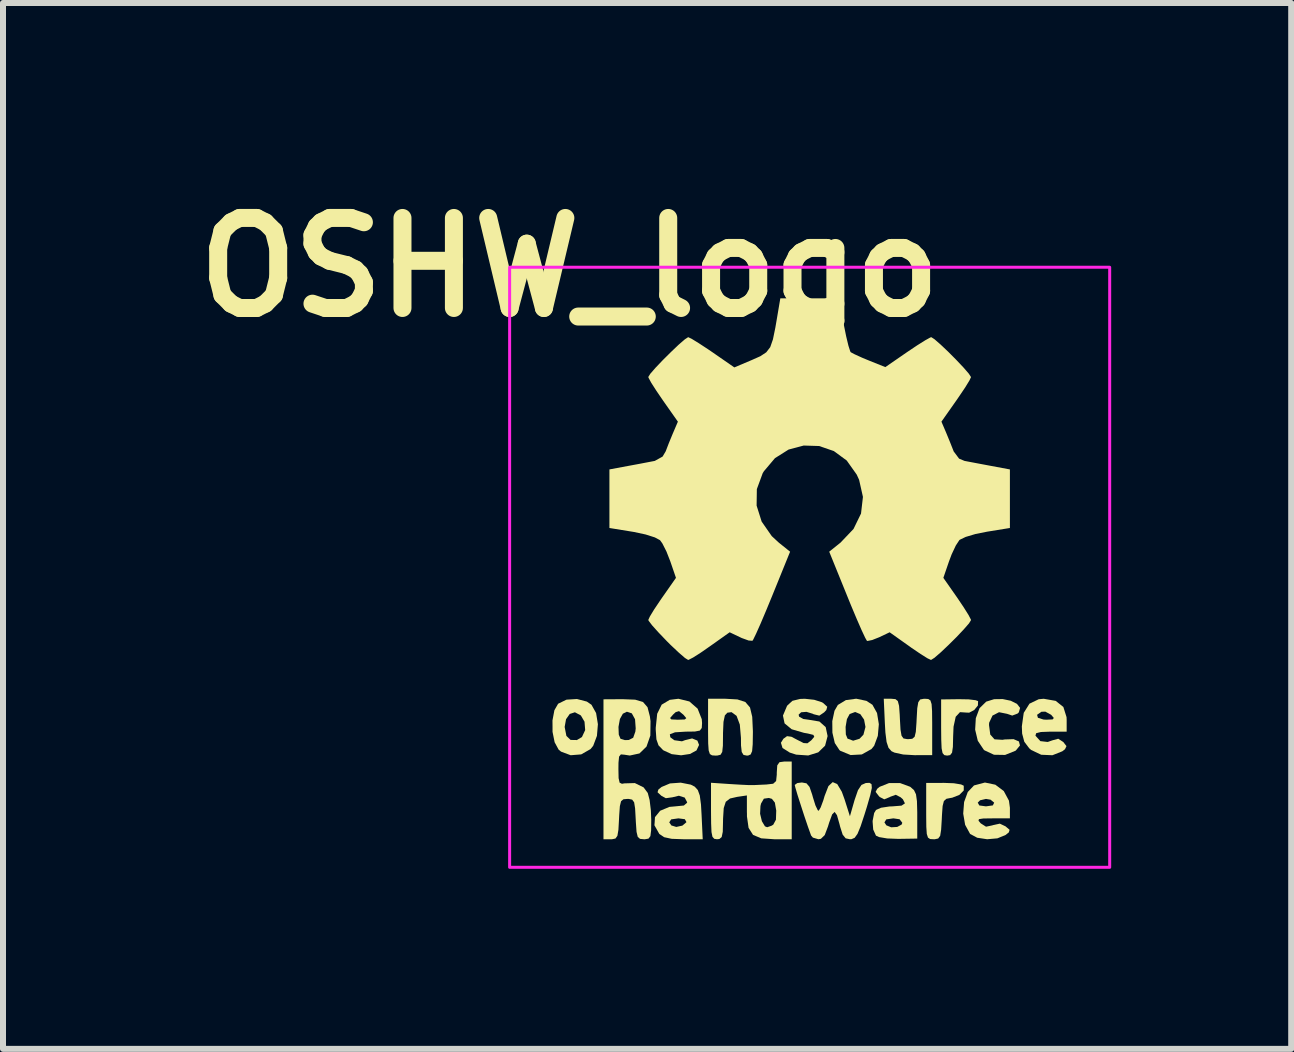
<source format=kicad_pcb>
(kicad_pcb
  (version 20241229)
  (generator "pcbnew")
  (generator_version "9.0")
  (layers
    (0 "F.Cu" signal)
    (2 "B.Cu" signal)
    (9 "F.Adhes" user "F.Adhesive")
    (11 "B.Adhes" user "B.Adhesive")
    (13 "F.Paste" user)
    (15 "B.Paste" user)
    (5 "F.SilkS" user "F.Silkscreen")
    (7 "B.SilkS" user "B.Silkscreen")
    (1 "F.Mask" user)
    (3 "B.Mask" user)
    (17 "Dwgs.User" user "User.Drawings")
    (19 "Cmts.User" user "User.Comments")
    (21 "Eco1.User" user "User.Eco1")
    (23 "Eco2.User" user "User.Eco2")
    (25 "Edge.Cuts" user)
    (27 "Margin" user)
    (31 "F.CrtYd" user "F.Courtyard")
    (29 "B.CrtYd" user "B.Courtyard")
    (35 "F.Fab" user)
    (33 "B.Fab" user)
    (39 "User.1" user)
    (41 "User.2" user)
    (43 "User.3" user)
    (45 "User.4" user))
  (footprint "OSHW_logo"
    (layer "F.Cu")
    (at 10.443 6.404)
    (property "Reference" "OSHW_logo" (at -4 -5 0) (layer "F.SilkS") (effects (font (size 1.5 1.5) (thickness 0.3))))
    (attr board_only exclude_from_pos_files exclude_from_bom)
    (fp_poly (pts (xy 2.65 2.201) (xy 2.766 2.215) (xy 2.807 2.23) (xy 2.804 2.303) (xy 2.742 2.379) (xy 2.658 2.423) (xy 2.611 2.421) (xy 2.505 2.414) (xy 2.434 2.491) (xy 2.398 2.656) (xy 2.391 2.82) (xy 2.387 2.993) (xy 2.373 3.089) (xy 2.341 3.13) (xy 2.291 3.138) (xy 2.244 3.13) (xy 2.215 3.096) (xy 2.199 3.017) (xy 2.193 2.874) (xy 2.191 2.67) (xy 2.191 2.202) (xy 2.488 2.198)) (stroke (width 0) (type solid)) (fill yes) (layer "F.SilkS"))
    (fp_poly (pts (xy 2.403 3.599) (xy 2.524 3.619) (xy 2.568 3.64) (xy 2.568 3.719) (xy 2.495 3.793) (xy 2.375 3.84) (xy 2.35 3.844) (xy 2.279 3.858) (xy 2.237 3.895) (xy 2.216 3.978) (xy 2.205 4.129) (xy 2.202 4.196) (xy 2.191 4.374) (xy 2.175 4.475) (xy 2.142 4.52) (xy 2.086 4.532) (xy 2.065 4.532) (xy 2.008 4.529) (xy 1.972 4.505) (xy 1.952 4.444) (xy 1.944 4.325) (xy 1.942 4.13) (xy 1.942 4.063) (xy 1.942 3.594) (xy 2.24 3.593)) (stroke (width 0) (type solid)) (fill yes) (layer "F.SilkS"))
    (fp_poly (pts (xy 3.351 2.224) (xy 3.455 2.276) (xy 3.507 2.343) (xy 3.486 2.417) (xy 3.466 2.437) (xy 3.376 2.471) (xy 3.29 2.442) (xy 3.156 2.415) (xy 3.047 2.471) (xy 2.991 2.591) (xy 2.989 2.629) (xy 3.01 2.788) (xy 3.081 2.867) (xy 3.213 2.875) (xy 3.25 2.869) (xy 3.398 2.864) (xy 3.487 2.902) (xy 3.505 2.969) (xy 3.437 3.052) (xy 3.428 3.058) (xy 3.257 3.127) (xy 3.072 3.124) (xy 2.913 3.05) (xy 2.9 3.038) (xy 2.802 2.891) (xy 2.758 2.706) (xy 2.769 2.515) (xy 2.831 2.348) (xy 2.942 2.239) (xy 3.074 2.198) (xy 3.217 2.196)) (stroke (width 0) (type solid)) (fill yes) (layer "F.SilkS"))
    (fp_poly (pts (xy -3.713 2.238) (xy -3.636 2.291) (xy -3.559 2.429) (xy -3.529 2.615) (xy -3.545 2.809) (xy -3.607 2.974) (xy -3.651 3.029) (xy -3.807 3.118) (xy -3.983 3.132) (xy -4.143 3.072) (xy -4.184 3.038) (xy -4.25 2.916) (xy -4.285 2.742) (xy -4.285 2.661) (xy -4.083 2.661) (xy -4.054 2.81) (xy -3.984 2.877) (xy -3.879 2.879) (xy -3.795 2.829) (xy -3.741 2.713) (xy -3.752 2.573) (xy -3.813 2.469) (xy -3.912 2.416) (xy -3.998 2.444) (xy -4.06 2.532) (xy -4.083 2.661) (xy -4.285 2.661) (xy -4.286 2.552) (xy -4.254 2.382) (xy -4.192 2.274) (xy -4.053 2.206) (xy -3.878 2.195)) (stroke (width 0) (type solid)) (fill yes) (layer "F.SilkS"))
    (fp_poly (pts (xy 0.946 2.226) (xy 1.046 2.291) (xy 1.123 2.429) (xy 1.153 2.615) (xy 1.136 2.809) (xy 1.075 2.974) (xy 1.03 3.029) (xy 0.869 3.119) (xy 0.683 3.129) (xy 0.511 3.058) (xy 0.497 3.047) (xy 0.419 2.929) (xy 0.379 2.756) (xy 0.378 2.66) (xy 0.599 2.66) (xy 0.603 2.786) (xy 0.631 2.855) (xy 0.725 2.89) (xy 0.832 2.857) (xy 0.896 2.79) (xy 0.93 2.661) (xy 0.907 2.539) (xy 0.844 2.447) (xy 0.757 2.411) (xy 0.666 2.446) (xy 0.621 2.53) (xy 0.599 2.66) (xy 0.378 2.66) (xy 0.377 2.564) (xy 0.414 2.391) (xy 0.47 2.294) (xy 0.604 2.213) (xy 0.776 2.19)) (stroke (width 0) (type solid)) (fill yes) (layer "F.SilkS"))
    (fp_poly (pts (xy -1.204 2.202) (xy -1.072 2.245) (xy -0.994 2.336) (xy -0.957 2.492) (xy -0.946 2.729) (xy -0.946 2.756) (xy -0.949 2.949) (xy -0.959 3.064) (xy -0.983 3.119) (xy -1.025 3.137) (xy -1.046 3.138) (xy -1.102 3.127) (xy -1.132 3.078) (xy -1.144 2.97) (xy -1.145 2.842) (xy -1.164 2.621) (xy -1.218 2.476) (xy -1.302 2.414) (xy -1.371 2.423) (xy -1.413 2.468) (xy -1.436 2.576) (xy -1.444 2.762) (xy -1.444 2.794) (xy -1.446 2.975) (xy -1.457 3.077) (xy -1.485 3.124) (xy -1.538 3.137) (xy -1.569 3.138) (xy -1.627 3.134) (xy -1.663 3.112) (xy -1.683 3.052) (xy -1.691 2.936) (xy -1.693 2.745) (xy -1.693 2.665) (xy -1.693 2.191) (xy -1.402 2.191)) (stroke (width 0) (type solid)) (fill yes) (layer "F.SilkS"))
    (fp_poly (pts (xy 1.43 2.197) (xy 1.469 2.229) (xy 1.49 2.309) (xy 1.501 2.459) (xy 1.504 2.528) (xy 1.514 2.706) (xy 1.531 2.806) (xy 1.563 2.852) (xy 1.62 2.863) (xy 1.644 2.864) (xy 1.71 2.858) (xy 1.749 2.825) (xy 1.769 2.743) (xy 1.78 2.59) (xy 1.783 2.528) (xy 1.793 2.349) (xy 1.81 2.249) (xy 1.842 2.203) (xy 1.899 2.192) (xy 1.92 2.191) (xy 1.977 2.195) (xy 2.012 2.218) (xy 2.032 2.28) (xy 2.04 2.399) (xy 2.042 2.593) (xy 2.042 2.66) (xy 2.042 3.13) (xy 1.749 3.131) (xy 1.559 3.12) (xy 1.413 3.088) (xy 1.364 3.065) (xy 1.314 3.008) (xy 1.282 2.911) (xy 1.262 2.752) (xy 1.253 2.594) (xy 1.235 2.191) (xy 1.362 2.191)) (stroke (width 0) (type solid)) (fill yes) (layer "F.SilkS"))
    (fp_poly (pts (xy 3.094 3.623) (xy 3.235 3.729) (xy 3.321 3.889) (xy 3.337 4.007) (xy 3.337 4.184) (xy 3.052 4.184) (xy 2.895 4.186) (xy 2.821 4.197) (xy 2.814 4.224) (xy 2.851 4.267) (xy 2.939 4.323) (xy 3.044 4.301) (xy 3.051 4.298) (xy 3.169 4.272) (xy 3.264 4.317) (xy 3.332 4.375) (xy 3.319 4.418) (xy 3.265 4.461) (xy 3.129 4.517) (xy 2.958 4.532) (xy 2.792 4.507) (xy 2.676 4.445) (xy 2.673 4.442) (xy 2.591 4.292) (xy 2.559 4.105) (xy 2.573 3.922) (xy 2.801 3.922) (xy 2.827 3.969) (xy 2.938 3.984) (xy 3.053 3.968) (xy 3.075 3.922) (xy 3.015 3.873) (xy 2.938 3.86) (xy 2.84 3.883) (xy 2.801 3.922) (xy 2.573 3.922) (xy 2.574 3.912) (xy 2.635 3.745) (xy 2.737 3.637) (xy 2.74 3.635) (xy 2.921 3.587)) (stroke (width 0) (type solid)) (fill yes) (layer "F.SilkS"))
    (fp_poly (pts (xy 4.1 2.226) (xy 4.228 2.328) (xy 4.281 2.497) (xy 4.283 2.543) (xy 4.283 2.739) (xy 4.011 2.739) (xy 3.852 2.745) (xy 3.776 2.764) (xy 3.763 2.803) (xy 3.766 2.81) (xy 3.845 2.897) (xy 3.967 2.911) (xy 4.044 2.884) (xy 4.143 2.857) (xy 4.227 2.912) (xy 4.28 2.98) (xy 4.255 3.032) (xy 4.211 3.066) (xy 4.046 3.132) (xy 3.859 3.124) (xy 3.691 3.044) (xy 3.658 3.015) (xy 3.577 2.907) (xy 3.541 2.772) (xy 3.536 2.651) (xy 3.563 2.458) (xy 3.79 2.458) (xy 3.804 2.508) (xy 3.896 2.537) (xy 3.945 2.54) (xy 4.05 2.535) (xy 4.069 2.511) (xy 4.024 2.458) (xy 3.929 2.406) (xy 3.864 2.407) (xy 3.79 2.458) (xy 3.563 2.458) (xy 3.568 2.425) (xy 3.663 2.273) (xy 3.817 2.199) (xy 3.9 2.191)) (stroke (width 0) (type solid)) (fill yes) (layer "F.SilkS"))
    (fp_poly (pts (xy -1.981 3.622) (xy -1.915 3.656) (xy -1.864 3.712) (xy -1.831 3.803) (xy -1.811 3.954) (xy -1.801 4.129) (xy -1.782 4.532) (xy -2.104 4.532) (xy -2.3 4.525) (xy -2.425 4.498) (xy -2.502 4.446) (xy -2.507 4.441) (xy -2.587 4.299) (xy -2.583 4.25) (xy -2.34 4.25) (xy -2.305 4.302) (xy -2.223 4.327) (xy -2.121 4.305) (xy -2.055 4.249) (xy -2.054 4.246) (xy -2.08 4.198) (xy -2.187 4.184) (xy -2.308 4.201) (xy -2.34 4.25) (xy -2.583 4.25) (xy -2.578 4.164) (xy -2.491 4.057) (xy -2.338 3.993) (xy -2.238 3.984) (xy -2.096 3.97) (xy -2.043 3.924) (xy -2.042 3.915) (xy -2.082 3.838) (xy -2.179 3.807) (xy -2.288 3.833) (xy -2.397 3.848) (xy -2.471 3.808) (xy -2.535 3.749) (xy -2.521 3.704) (xy -2.468 3.661) (xy -2.328 3.602) (xy -2.149 3.589)) (stroke (width 0) (type solid)) (fill yes) (layer "F.SilkS"))
    (fp_poly (pts (xy -2.004 2.236) (xy -1.867 2.356) (xy -1.798 2.531) (xy -1.793 2.597) (xy -1.798 2.678) (xy -1.83 2.721) (xy -1.913 2.737) (xy -2.067 2.739) (xy -2.244 2.75) (xy -2.33 2.783) (xy -2.322 2.833) (xy -2.255 2.882) (xy -2.128 2.9) (xy -2.077 2.881) (xy -1.959 2.852) (xy -1.871 2.888) (xy -1.843 2.96) (xy -1.886 3.052) (xy -1.995 3.111) (xy -2.142 3.133) (xy -2.299 3.114) (xy -2.436 3.051) (xy -2.447 3.042) (xy -2.519 2.967) (xy -2.554 2.867) (xy -2.565 2.707) (xy -2.565 2.674) (xy -2.548 2.512) (xy -2.326 2.512) (xy -2.306 2.535) (xy -2.202 2.54) (xy -2.191 2.54) (xy -2.081 2.536) (xy -2.056 2.514) (xy -2.101 2.46) (xy -2.106 2.455) (xy -2.177 2.397) (xy -2.233 2.414) (xy -2.277 2.455) (xy -2.326 2.512) (xy -2.548 2.512) (xy -2.541 2.441) (xy -2.466 2.289) (xy -2.332 2.209) (xy -2.187 2.191)) (stroke (width 0) (type solid)) (fill yes) (layer "F.SilkS"))
    (fp_poly (pts (xy 0.076 2.208) (xy 0.204 2.249) (xy 0.227 2.263) (xy 0.293 2.324) (xy 0.278 2.378) (xy 0.242 2.417) (xy 0.161 2.472) (xy 0.067 2.449) (xy 0.052 2.441) (xy -0.053 2.409) (xy -0.142 2.416) (xy -0.184 2.456) (xy -0.175 2.49) (xy -0.106 2.528) (xy -0.019 2.54) (xy 0.162 2.57) (xy 0.267 2.663) (xy 0.299 2.813) (xy 0.257 2.973) (xy 0.143 3.084) (xy -0.024 3.136) (xy -0.225 3.122) (xy -0.331 3.088) (xy -0.452 3.012) (xy -0.479 2.924) (xy -0.437 2.857) (xy -0.377 2.814) (xy -0.304 2.824) (xy -0.209 2.874) (xy -0.101 2.929) (xy -0.037 2.933) (xy 0.026 2.884) (xy 0.032 2.878) (xy 0.077 2.824) (xy 0.062 2.793) (xy -0.03 2.77) (xy -0.094 2.759) (xy -0.3 2.699) (xy -0.418 2.601) (xy -0.445 2.471) (xy -0.378 2.312) (xy -0.371 2.302) (xy -0.287 2.225) (xy -0.16 2.194) (xy -0.081 2.191)) (stroke (width 0) (type solid)) (fill yes) (layer "F.SilkS"))
    (fp_poly (pts (xy 1.507 3.596) (xy 1.673 3.657) (xy 1.682 3.663) (xy 1.739 3.714) (xy 1.772 3.783) (xy 1.788 3.897) (xy 1.793 4.08) (xy 1.793 4.131) (xy 1.793 4.521) (xy 1.478 4.526) (xy 1.293 4.519) (xy 1.157 4.496) (xy 1.105 4.472) (xy 1.059 4.37) (xy 1.05 4.251) (xy 1.246 4.251) (xy 1.278 4.3) (xy 1.359 4.333) (xy 1.459 4.327) (xy 1.532 4.288) (xy 1.544 4.258) (xy 1.499 4.199) (xy 1.395 4.184) (xy 1.277 4.201) (xy 1.246 4.251) (xy 1.05 4.251) (xy 1.049 4.227) (xy 1.075 4.095) (xy 1.106 4.044) (xy 1.19 4.007) (xy 1.329 3.986) (xy 1.38 3.984) (xy 1.531 3.972) (xy 1.588 3.934) (xy 1.554 3.867) (xy 1.515 3.832) (xy 1.435 3.791) (xy 1.344 3.824) (xy 1.334 3.83) (xy 1.243 3.867) (xy 1.168 3.828) (xy 1.152 3.811) (xy 1.099 3.743) (xy 1.125 3.692) (xy 1.167 3.658) (xy 1.323 3.596)) (stroke (width 0) (type solid)) (fill yes) (layer "F.SilkS"))
    (fp_poly (pts (xy 0.459 3.612) (xy 0.536 3.741) (xy 0.582 3.868) (xy 0.671 4.149) (xy 0.748 3.88) (xy 0.805 3.715) (xy 0.863 3.627) (xy 0.936 3.595) (xy 0.998 3.592) (xy 1.031 3.614) (xy 1.036 3.677) (xy 1.01 3.797) (xy 0.955 3.988) (xy 0.916 4.114) (xy 0.849 4.317) (xy 0.797 4.443) (xy 0.75 4.508) (xy 0.697 4.531) (xy 0.671 4.532) (xy 0.6 4.517) (xy 0.55 4.455) (xy 0.508 4.323) (xy 0.497 4.279) (xy 0.455 4.131) (xy 0.416 4.077) (xy 0.375 4.118) (xy 0.325 4.255) (xy 0.305 4.32) (xy 0.251 4.463) (xy 0.187 4.525) (xy 0.146 4.532) (xy 0.054 4.505) (xy 0.024 4.47) (xy -0.029 4.322) (xy -0.09 4.142) (xy -0.15 3.957) (xy -0.203 3.791) (xy -0.238 3.672) (xy -0.249 3.627) (xy -0.206 3.596) (xy -0.129 3.586) (xy -0.053 3.6) (xy -0.002 3.66) (xy 0.042 3.788) (xy 0.054 3.832) (xy 0.096 3.967) (xy 0.134 4.047) (xy 0.151 4.058) (xy 0.184 4.001) (xy 0.228 3.882) (xy 0.249 3.811) (xy 0.313 3.646) (xy 0.384 3.58)) (stroke (width 0) (type solid)) (fill yes) (layer "F.SilkS"))
    (fp_poly (pts (xy -0.299 3.885) (xy -0.299 4.532) (xy -0.59 4.532) (xy -0.807 4.517) (xy -0.944 4.459) (xy -1.018 4.342) (xy -1.045 4.151) (xy -1.045 4.107) (xy -0.826 4.107) (xy -0.796 4.232) (xy -0.745 4.317) (xy -0.708 4.332) (xy -0.638 4.308) (xy -0.607 4.29) (xy -0.562 4.207) (xy -0.557 4.054) (xy -0.58 3.921) (xy -0.629 3.859) (xy -0.68 3.844) (xy -0.763 3.856) (xy -0.81 3.937) (xy -0.82 3.979) (xy -0.826 4.107) (xy -1.045 4.107) (xy -1.046 4.076) (xy -1.046 3.802) (xy -1.208 3.826) (xy -1.327 3.853) (xy -1.398 3.908) (xy -1.432 4.012) (xy -1.443 4.188) (xy -1.444 4.246) (xy -1.448 4.408) (xy -1.466 4.495) (xy -1.504 4.528) (xy -1.544 4.532) (xy -1.59 4.525) (xy -1.62 4.491) (xy -1.636 4.412) (xy -1.642 4.269) (xy -1.644 4.062) (xy -1.644 3.591) (xy -1.332 3.612) (xy -1.149 3.623) (xy -1.024 3.629) (xy -0.918 3.629) (xy -0.79 3.623) (xy -0.722 3.62) (xy -0.608 3.607) (xy -0.559 3.562) (xy -0.548 3.456) (xy -0.548 3.424) (xy -0.54 3.301) (xy -0.503 3.248) (xy -0.423 3.237) (xy -0.299 3.237)) (stroke (width 0) (type solid)) (fill yes) (layer "F.SilkS"))
    (fp_poly (pts (xy -2.908 2.206) (xy -2.777 2.245) (xy -2.702 2.332) (xy -2.663 2.483) (xy -2.652 2.564) (xy -2.655 2.805) (xy -2.719 2.988) (xy -2.836 3.102) (xy -2.997 3.137) (xy -3.089 3.123) (xy -3.146 3.118) (xy -3.176 3.155) (xy -3.186 3.258) (xy -3.187 3.362) (xy -3.184 3.514) (xy -3.167 3.589) (xy -3.128 3.608) (xy -3.089 3.601) (xy -2.913 3.596) (xy -2.767 3.668) (xy -2.698 3.761) (xy -2.667 3.879) (xy -2.646 4.054) (xy -2.64 4.211) (xy -2.642 4.384) (xy -2.654 4.48) (xy -2.686 4.522) (xy -2.745 4.532) (xy -2.762 4.532) (xy -2.827 4.526) (xy -2.865 4.492) (xy -2.885 4.409) (xy -2.896 4.254) (xy -2.899 4.196) (xy -2.909 4.018) (xy -2.925 3.917) (xy -2.958 3.872) (xy -3.015 3.86) (xy -3.038 3.86) (xy -3.104 3.866) (xy -3.143 3.899) (xy -3.163 3.981) (xy -3.174 4.133) (xy -3.177 4.196) (xy -3.187 4.374) (xy -3.204 4.475) (xy -3.236 4.52) (xy -3.293 4.532) (xy -3.314 4.532) (xy -3.436 4.532) (xy -3.436 3.366) (xy -3.436 2.66) (xy -3.186 2.66) (xy -3.181 2.789) (xy -3.152 2.858) (xy -3.079 2.88) (xy -3.015 2.878) (xy -2.941 2.841) (xy -2.905 2.739) (xy -2.899 2.685) (xy -2.91 2.532) (xy -2.964 2.434) (xy -3.046 2.407) (xy -3.113 2.44) (xy -3.162 2.528) (xy -3.186 2.66) (xy -3.436 2.66) (xy -3.436 2.2) (xy -3.117 2.198)) (stroke (width 0) (type solid)) (fill yes) (layer "F.SilkS"))
    (fp_poly (pts (xy 0.568 -4.049) (xy 0.608 -3.851) (xy 0.646 -3.693) (xy 0.676 -3.599) (xy 0.685 -3.584) (xy 0.749 -3.55) (xy 0.874 -3.493) (xy 0.992 -3.444) (xy 1.261 -3.336) (xy 1.622 -3.585) (xy 1.789 -3.697) (xy 1.926 -3.783) (xy 2.011 -3.83) (xy 2.027 -3.835) (xy 2.08 -3.801) (xy 2.18 -3.714) (xy 2.308 -3.593) (xy 2.442 -3.458) (xy 2.564 -3.329) (xy 2.653 -3.226) (xy 2.689 -3.17) (xy 2.689 -3.169) (xy 2.662 -3.112) (xy 2.591 -2.996) (xy 2.487 -2.842) (xy 2.443 -2.778) (xy 2.196 -2.427) (xy 2.273 -2.247) (xy 2.338 -2.089) (xy 2.395 -1.945) (xy 2.399 -1.933) (xy 2.49 -1.811) (xy 2.581 -1.773) (xy 2.702 -1.75) (xy 2.877 -1.717) (xy 3.026 -1.689) (xy 3.337 -1.631) (xy 3.337 -1.143) (xy 3.337 -0.655) (xy 2.955 -0.593) (xy 2.761 -0.554) (xy 2.6 -0.506) (xy 2.502 -0.459) (xy 2.494 -0.452) (xy 2.435 -0.362) (xy 2.366 -0.215) (xy 2.322 -0.098) (xy 2.228 0.176) (xy 2.459 0.506) (xy 2.566 0.665) (xy 2.647 0.794) (xy 2.687 0.871) (xy 2.689 0.88) (xy 2.656 0.934) (xy 2.568 1.035) (xy 2.447 1.163) (xy 2.312 1.297) (xy 2.183 1.419) (xy 2.08 1.508) (xy 2.023 1.544) (xy 2.022 1.544) (xy 1.964 1.517) (xy 1.849 1.445) (xy 1.697 1.342) (xy 1.657 1.313) (xy 1.333 1.083) (xy 1.161 1.165) (xy 1.042 1.212) (xy 0.963 1.228) (xy 0.954 1.225) (xy 0.925 1.174) (xy 0.865 1.046) (xy 0.783 0.858) (xy 0.686 0.627) (xy 0.623 0.472) (xy 0.326 -0.26) (xy 0.514 -0.411) (xy 0.731 -0.639) (xy 0.856 -0.896) (xy 0.888 -1.173) (xy 0.824 -1.458) (xy 0.784 -1.545) (xy 0.618 -1.779) (xy 0.403 -1.937) (xy 0.158 -2.021) (xy -0.099 -2.029) (xy -0.351 -1.962) (xy -0.578 -1.819) (xy -0.763 -1.6) (xy -0.783 -1.567) (xy -0.88 -1.303) (xy -0.884 -1.028) (xy -0.8 -0.762) (xy -0.632 -0.52) (xy -0.514 -0.411) (xy -0.326 -0.26) (xy -0.623 0.472) (xy -0.726 0.722) (xy -0.818 0.939) (xy -0.892 1.105) (xy -0.94 1.204) (xy -0.954 1.225) (xy -1.018 1.22) (xy -1.131 1.179) (xy -1.161 1.165) (xy -1.333 1.083) (xy -1.657 1.313) (xy -1.814 1.422) (xy -1.941 1.503) (xy -2.017 1.542) (xy -2.025 1.544) (xy -2.078 1.511) (xy -2.181 1.422) (xy -2.317 1.294) (xy -2.38 1.231) (xy -2.518 1.087) (xy -2.625 0.968) (xy -2.683 0.892) (xy -2.689 0.877) (xy -2.663 0.82) (xy -2.592 0.703) (xy -2.49 0.551) (xy -2.459 0.506) (xy -2.228 0.176) (xy -2.322 -0.098) (xy -2.387 -0.264) (xy -2.455 -0.398) (xy -2.494 -0.452) (xy -2.58 -0.498) (xy -2.734 -0.547) (xy -2.925 -0.588) (xy -2.955 -0.593) (xy -3.337 -0.655) (xy -3.337 -1.143) (xy -3.337 -1.631) (xy -3.026 -1.689) (xy -2.837 -1.724) (xy -2.67 -1.756) (xy -2.581 -1.773) (xy -2.451 -1.845) (xy -2.399 -1.933) (xy -2.346 -2.071) (xy -2.28 -2.231) (xy -2.273 -2.247) (xy -2.196 -2.427) (xy -2.443 -2.778) (xy -2.554 -2.941) (xy -2.64 -3.075) (xy -2.685 -3.158) (xy -2.689 -3.172) (xy -2.656 -3.225) (xy -2.569 -3.325) (xy -2.447 -3.453) (xy -2.312 -3.587) (xy -2.184 -3.709) (xy -2.081 -3.798) (xy -2.025 -3.835) (xy -2.024 -3.835) (xy -1.967 -3.808) (xy -1.851 -3.737) (xy -1.694 -3.634) (xy -1.619 -3.583) (xy -1.255 -3.331) (xy -0.967 -3.453) (xy -0.821 -3.518) (xy -0.723 -3.583) (xy -0.657 -3.669) (xy -0.612 -3.798) (xy -0.572 -3.993) (xy -0.55 -4.121) (xy -0.489 -4.482) (xy -0.001 -4.482) (xy 0.487 -4.482)) (stroke (width 0) (type solid)) (fill yes) (layer "F.SilkS"))
    (fp_rect (start -5 -5) (end 5 5) (stroke (width 0.05) (type default)) (fill no) (layer "F.CrtYd")))
  (gr_rect
    (start -3 -3)
    (end 18.468 14.429)
    (stroke (width 0.1) (type default))
    (fill no)
    (layer "Edge.Cuts")))
</source>
